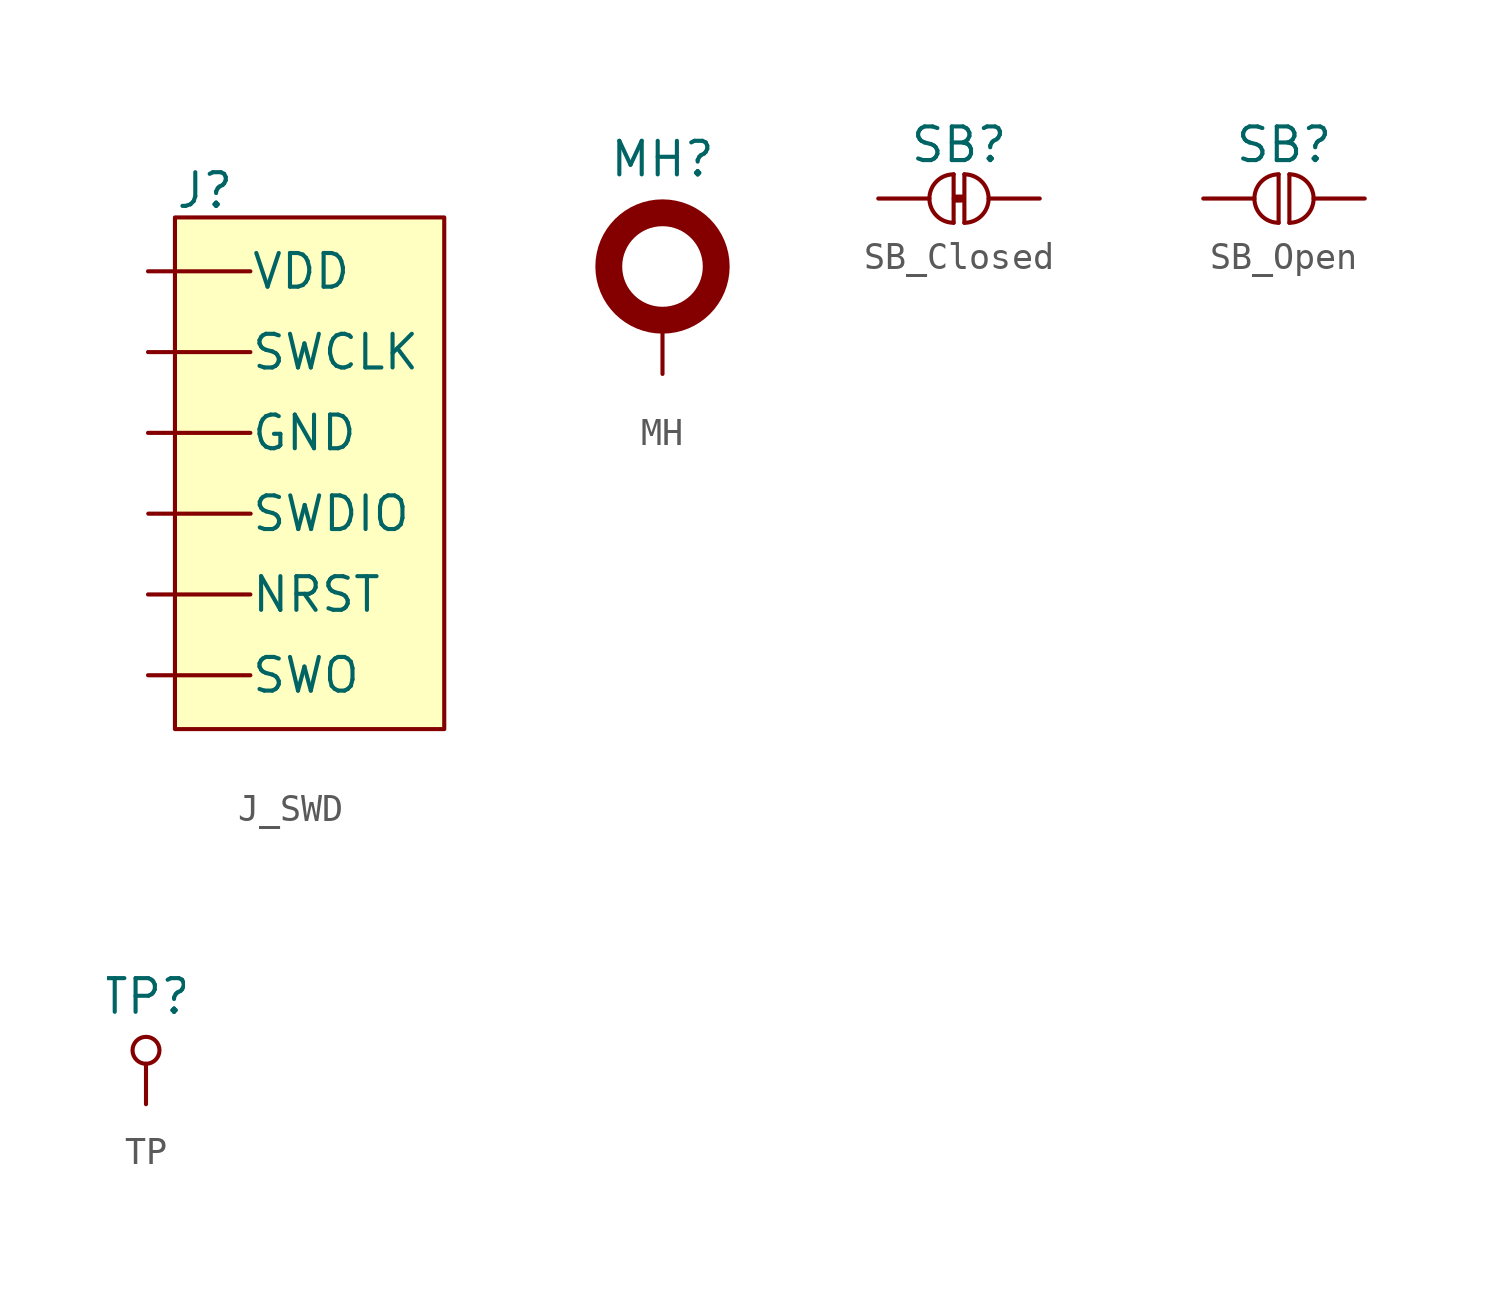
<source format=kicad_sym>
(kicad_symbol_lib
  (version 20231120)
  (generator "kicad_symbol_editor")
  (generator_version "8.0")
  (symbol "J_SWD"
    (pin_numbers hide)
    (pin_names
      (offset 0.002))
    (property "Reference" "J"
      (at 1 3 0)
      (do_not_autoplace)
      (effects (font (size 1.25 1.25)) (justify left)))
    (symbol "J_SWD_1_1"
      (rectangle (start 1 2) (end 11 -17) (stroke (width 0) (type default)) (fill (type background)))
      (pin passive line (at 0 0 0) (length 3.8) (name "VDD" (effects (font (size 1.25 1.25)))) (number "1" (effects (font (size 1.25 1.25)))))
      (pin passive line (at 0 -3 0) (length 3.8) (name "SWCLK" (effects (font (size 1.25 1.25)))) (number "2" (effects (font (size 1.25 1.25)))))
      (pin passive line (at 0 -6 0) (length 3.8) (name "GND" (effects (font (size 1.25 1.25)))) (number "3" (effects (font (size 1.25 1.25)))))
      (pin passive line (at 0.01 -9 0) (length 3.8) (name "SWDIO" (effects (font (size 1.25 1.25)))) (number "4" (effects (font (size 1.25 1.25)))))
      (pin passive line (at 0 -12 0) (length 3.8) (name "NRST" (effects (font (size 1.25 1.25)))) (number "5" (effects (font (size 1.25 1.25)))))
      (pin passive line (at 0 -15 0) (length 3.8) (name "SWO" (effects (font (size 1.25 1.25)))) (number "6" (effects (font (size 1.25 1.25)))))))
  (symbol "MH"
    (pin_numbers hide)
    (pin_names
      (offset 0) hide)
    (property "Reference" "MH"
      (at 0 8 0)
      (do_not_autoplace)
      (effects (font (size 1.25 1.25))))
    (symbol "MH_0_1"
      (circle (center 0 4) (radius 2) (stroke (width 1) (type default)) (fill (type none))))
    (symbol "MH_1_1"
      (pin input line (at 0 0 90) (length 2) (name "1" (effects (font (size 1.25 1.25)))) (number "1" (effects (font (size 1.25 1.25)))))))
  (symbol "SB_Closed"
    (pin_numbers hide)
    (pin_names
      (offset 0) hide)
    (property "Reference" "SB"
      (at 3 2 0)
      (do_not_autoplace)
      (effects (font (size 1.25 1.25))))
    (symbol "SB_Closed_0_1"
      (polyline (pts (xy 2.8 0.9) (xy 2.8 -0.9)) (stroke (width 0) (type default)) (fill (type none)))
      (polyline (pts (xy 3 0) (xy 3 0)) (stroke (width 0) (type default)) (fill (type none)))
      (polyline (pts (xy 3.2 0.9) (xy 3.2 -0.9)) (stroke (width 0) (type default)) (fill (type none)))
      (arc (start 2.8 0.9) (mid 1.9 0) (end 2.8 -0.9) (stroke (width 0) (type default)) (fill (type none)))
      (arc (start 3.2 -0.9) (mid 4.1 0) (end 3.2 0.9) (stroke (width 0) (type default)) (fill (type none))))
    (symbol "SB_Closed_1_1"
      (polyline (pts (xy 2.88 0) (xy 3.1 0)) (stroke (width 0.3) (type default)) (fill (type none)))
      (pin passive line (at 0 0 0) (length 1.9) (name "1" (effects (font (size 1.25 1.25)))) (number "1" (effects (font (size 1.25 1.25)))))
      (pin passive line (at 6 0 180) (length 1.9) (name "2" (effects (font (size 1.25 1.25)))) (number "2" (effects (font (size 1.25 1.25)))))))
  (symbol "SB_Open"
    (pin_numbers hide)
    (pin_names
      (offset 0) hide)
    (property "Reference" "SB"
      (at 3 2 0)
      (do_not_autoplace)
      (effects (font (size 1.25 1.25))))
    (symbol "SB_Open_0_1"
      (polyline (pts (xy 2.8 0.9) (xy 2.8 -0.9)) (stroke (width 0) (type default)) (fill (type none)))
      (polyline (pts (xy 3.2 0.9) (xy 3.2 -0.9)) (stroke (width 0) (type default)) (fill (type none)))
      (arc (start 2.8 0.9) (mid 1.9 0) (end 2.8 -0.9) (stroke (width 0) (type default)) (fill (type none)))
      (arc (start 3.2 -0.9) (mid 4.1 0) (end 3.2 0.9) (stroke (width 0) (type default)) (fill (type none))))
    (symbol "SB_Open_1_1"
      (pin passive line (at 0 0 0) (length 1.9) (name "1" (effects (font (size 1.25 1.25)))) (number "1" (effects (font (size 1.25 1.25)))))
      (pin passive line (at 6 0 180) (length 1.9) (name "2" (effects (font (size 1.25 1.25)))) (number "2" (effects (font (size 1.25 1.25)))))))
  (symbol "TP"
    (pin_numbers hide)
    (pin_names
      (offset 0) hide)
    (property "Reference" "TP"
      (at 0 4 0)
      (do_not_autoplace)
      (effects (font (size 1.25 1.25))))
    (symbol "TP_1_1"
      (circle (center 0 2) (radius 0.5) (stroke (width 0) (type solid)) (fill (type none)))
      (pin input line (at 0 0 90) (length 1.5) (name "1" (effects (font (size 1.25 1.25)))) (number "1" (effects (font (size 1.25 1.25))))))))
</source>
